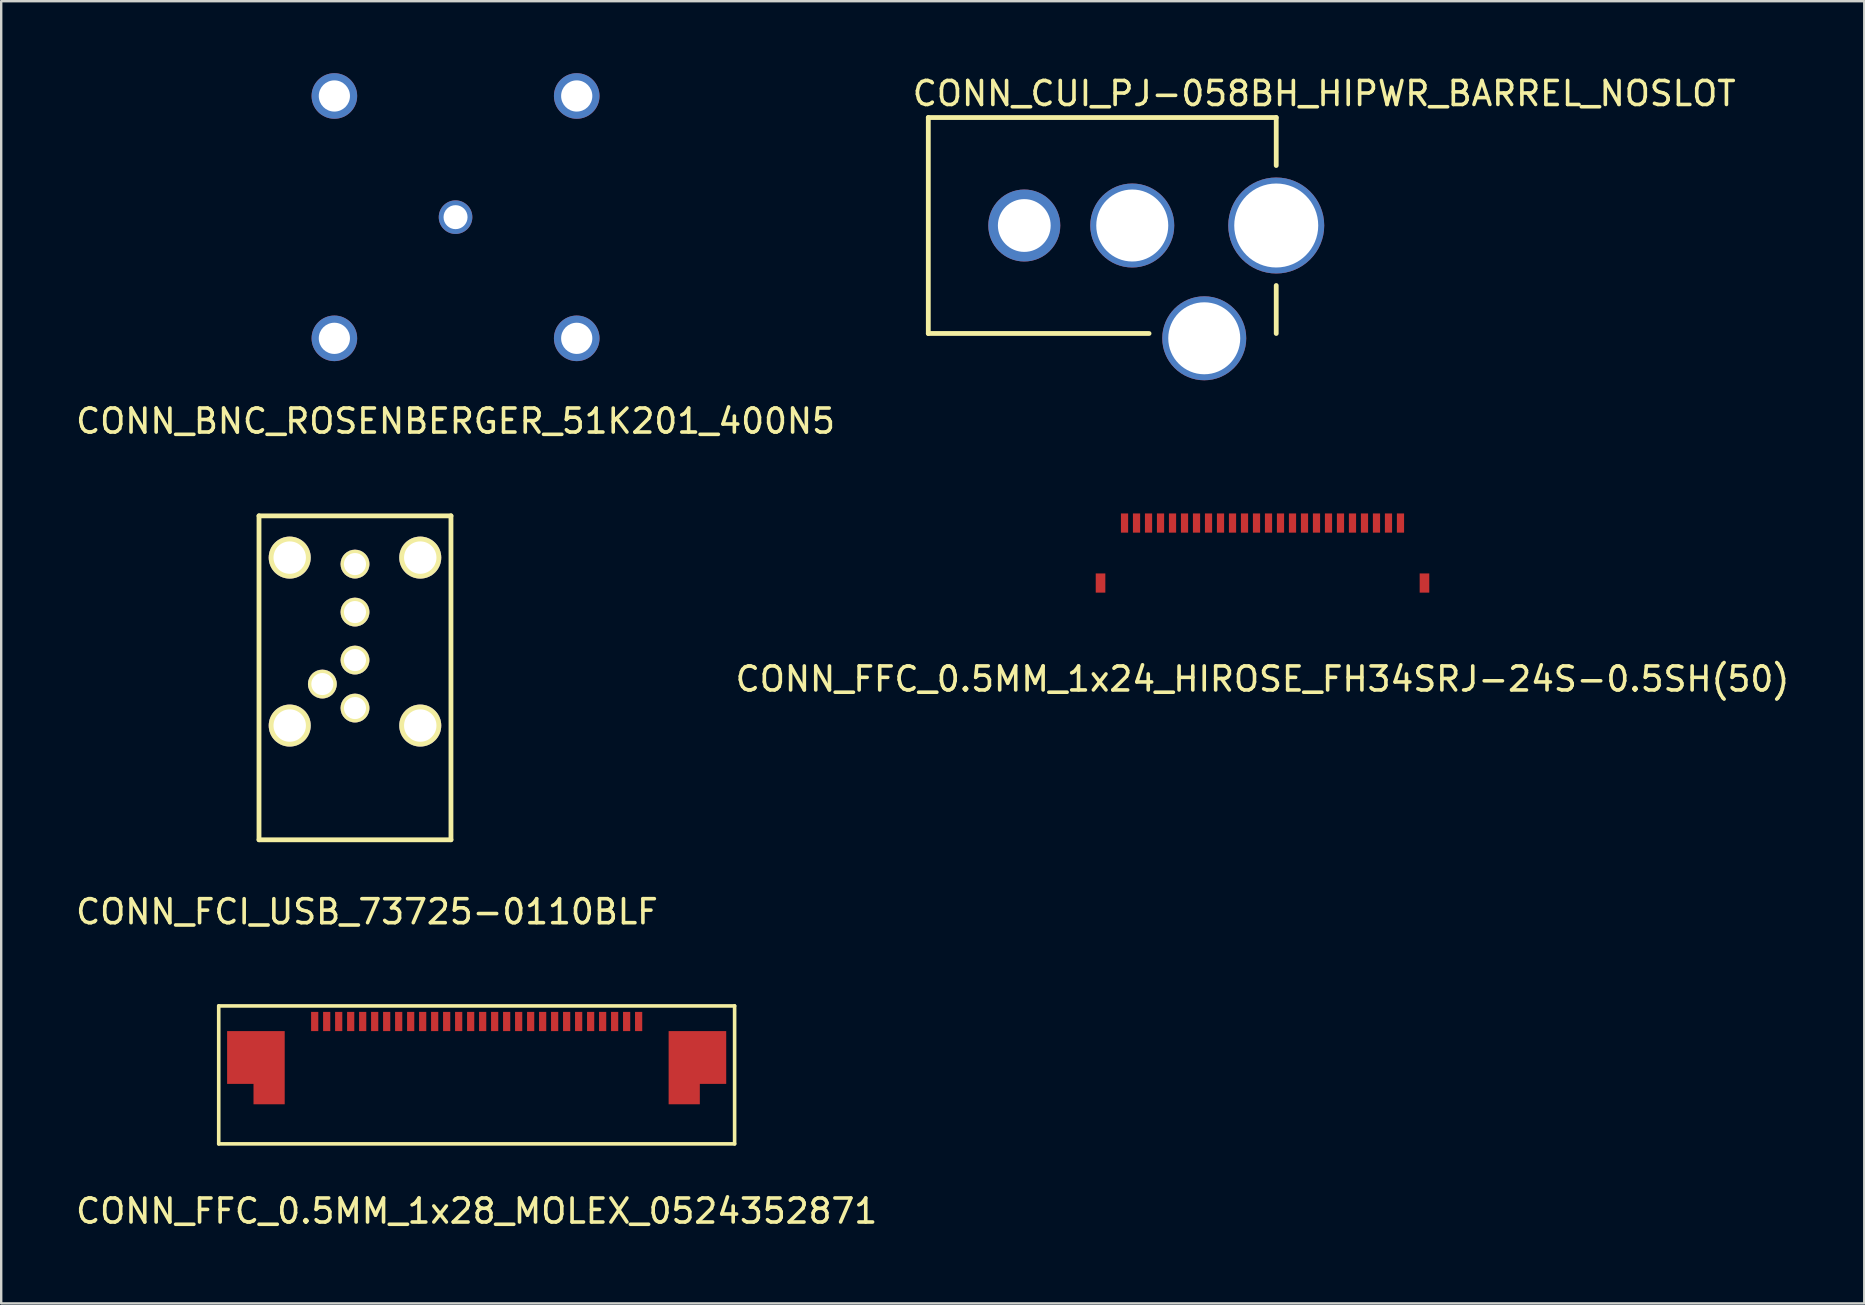
<source format=kicad_pcb>
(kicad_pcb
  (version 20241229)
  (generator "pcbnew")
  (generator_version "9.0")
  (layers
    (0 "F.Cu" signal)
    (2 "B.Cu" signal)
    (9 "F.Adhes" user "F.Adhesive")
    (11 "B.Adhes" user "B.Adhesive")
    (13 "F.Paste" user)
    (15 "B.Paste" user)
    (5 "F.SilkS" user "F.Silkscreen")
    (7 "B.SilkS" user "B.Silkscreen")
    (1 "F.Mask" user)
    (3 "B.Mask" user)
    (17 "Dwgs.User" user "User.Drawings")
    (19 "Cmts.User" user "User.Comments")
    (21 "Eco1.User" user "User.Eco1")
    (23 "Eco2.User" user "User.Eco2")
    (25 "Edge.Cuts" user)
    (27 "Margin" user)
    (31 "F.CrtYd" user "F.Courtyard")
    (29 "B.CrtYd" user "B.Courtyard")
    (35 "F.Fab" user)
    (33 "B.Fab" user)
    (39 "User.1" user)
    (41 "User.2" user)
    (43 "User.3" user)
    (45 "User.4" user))
  (footprint "CONN_FCI_USB_73725-0110BLF"
    (layer "F.Cu")
    (at 11.744 31.948)
    (property "Reference" "CONN_FCI_USB_73725-0110BLF" (at 0.5 3 0) (layer "F.SilkS") (effects (font (size 1 1) (thickness 0.15))))
    (attr through_hole)
    (fp_line (start -4 -13.5) (end -4 0) (stroke (width 0.2) (type solid)) (layer "F.SilkS"))
    (fp_line (start -4 0) (end 4 0) (stroke (width 0.2) (type solid)) (layer "F.SilkS"))
    (fp_line (start 4 -13.5) (end -4 -13.5) (stroke (width 0.2) (type solid)) (layer "F.SilkS"))
    (fp_line (start 4 0) (end 4 -13.5) (stroke (width 0.2) (type solid)) (layer "F.SilkS"))
    (pad "1" thru_hole circle (at 0 -5.49) (size 1.2 1.2) (drill 0.92) (layers "*.Cu" "*.Mask" "F.SilkS"))
    (pad "2" thru_hole circle (at 0 -7.49) (size 1.2 1.2) (drill 0.92) (layers "*.Cu" "*.Mask" "F.SilkS"))
    (pad "3" thru_hole circle (at 0 -9.49) (size 1.2 1.2) (drill 0.92) (layers "*.Cu" "*.Mask" "F.SilkS"))
    (pad "4" thru_hole circle (at -2.72 -11.76) (size 1.75 1.75) (drill 1.35) (layers "*.Cu" "*.Mask" "F.SilkS"))
    (pad "4" thru_hole circle (at -2.72 -4.76) (size 1.75 1.75) (drill 1.35) (layers "*.Cu" "*.Mask" "F.SilkS"))
    (pad "4" thru_hole circle (at 0 -11.49) (size 1.2 1.2) (drill 0.92) (layers "*.Cu" "*.Mask" "F.SilkS"))
    (pad "4" thru_hole circle (at 2.72 -11.76) (size 1.75 1.75) (drill 1.35) (layers "*.Cu" "*.Mask" "F.SilkS"))
    (pad "4" thru_hole circle (at 2.72 -4.76) (size 1.75 1.75) (drill 1.35) (layers "*.Cu" "*.Mask" "F.SilkS"))
    (pad "5" thru_hole circle (at -1.36 -6.49) (size 1.2 1.2) (drill 0.92) (layers "*.Cu" "*.Mask" "F.SilkS")))
  (footprint "CONN_BNC_ROSENBERGER_51K201_400N5"
    (layer "F.Cu")
    (at 15.935 6)
    (property "Reference" "CONN_BNC_ROSENBERGER_51K201_400N5" (at 0 8.5 0) (layer "F.SilkS") (effects (font (size 1 1) (thickness 0.15))))
    (attr through_hole)
    (pad "1" thru_hole circle (at 0 0) (size 1.4 1.4) (drill 1) (layers "*.Cu" "*.Mask"))
    (pad "2" thru_hole circle (at -5.05 -5.05) (size 1.9 1.9) (drill 1.3) (layers "*.Cu" "*.Mask"))
    (pad "2" thru_hole circle (at -5.05 5.05) (size 1.9 1.9) (drill 1.3) (layers "*.Cu" "*.Mask"))
    (pad "2" thru_hole circle (at 5.05 -5.05) (size 1.9 1.9) (drill 1.3) (layers "*.Cu" "*.Mask"))
    (pad "2" thru_hole circle (at 5.05 5.05) (size 1.9 1.9) (drill 1.3) (layers "*.Cu" "*.Mask")))
  (footprint "CONN_FFC_0.5MM_1x28_MOLEX_0524352871"
    (layer "F.Cu")
    (at 16.815 39.121)
    (property "Reference" "CONN_FFC_0.5MM_1x28_MOLEX_0524352871" (at 0 8.3 0) (layer "F.SilkS") (effects (font (size 1 1) (thickness 0.15))))
    (attr through_hole)
    (fp_line (start -10.75 -0.25) (end 10.75 -0.25) (stroke (width 0.15) (type solid)) (layer "F.SilkS"))
    (fp_line (start -10.75 5.5) (end -10.75 -0.25) (stroke (width 0.15) (type solid)) (layer "F.SilkS"))
    (fp_line (start -10.75 5.5) (end 10.75 5.5) (stroke (width 0.15) (type solid)) (layer "F.SilkS"))
    (fp_line (start 10.75 -0.25) (end 10.75 5.5) (stroke (width 0.15) (type solid)) (layer "F.SilkS"))
    (pad "1" smd rect (at -6.75 0.4) (size 0.3 0.8) (layers "F.Cu" "F.Mask" "F.Paste"))
    (pad "2" smd rect (at -6.25 0.4) (size 0.3 0.8) (layers "F.Cu" "F.Mask" "F.Paste"))
    (pad "3" smd rect (at -5.75 0.4) (size 0.3 0.8) (layers "F.Cu" "F.Mask" "F.Paste"))
    (pad "4" smd rect (at -5.25 0.4) (size 0.3 0.8) (layers "F.Cu" "F.Mask" "F.Paste"))
    (pad "5" smd rect (at -4.75 0.4) (size 0.3 0.8) (layers "F.Cu" "F.Mask" "F.Paste"))
    (pad "6" smd rect (at -4.25 0.4) (size 0.3 0.8) (layers "F.Cu" "F.Mask" "F.Paste"))
    (pad "7" smd rect (at -3.75 0.4) (size 0.3 0.8) (layers "F.Cu" "F.Mask" "F.Paste"))
    (pad "8" smd rect (at -3.25 0.4) (size 0.3 0.8) (layers "F.Cu" "F.Mask" "F.Paste"))
    (pad "9" smd rect (at -2.75 0.4) (size 0.3 0.8) (layers "F.Cu" "F.Mask" "F.Paste"))
    (pad "10" smd rect (at -2.25 0.4) (size 0.3 0.8) (layers "F.Cu" "F.Mask" "F.Paste"))
    (pad "11" smd rect (at -1.75 0.4) (size 0.3 0.8) (layers "F.Cu" "F.Mask" "F.Paste"))
    (pad "12" smd rect (at -1.25 0.4) (size 0.3 0.8) (layers "F.Cu" "F.Mask" "F.Paste"))
    (pad "13" smd rect (at -0.75 0.4) (size 0.3 0.8) (layers "F.Cu" "F.Mask" "F.Paste"))
    (pad "14" smd rect (at -0.25 0.4) (size 0.3 0.8) (layers "F.Cu" "F.Mask" "F.Paste"))
    (pad "15" smd rect (at 0.25 0.4) (size 0.3 0.8) (layers "F.Cu" "F.Mask" "F.Paste"))
    (pad "16" smd rect (at 0.75 0.4) (size 0.3 0.8) (layers "F.Cu" "F.Mask" "F.Paste"))
    (pad "17" smd rect (at 1.25 0.4) (size 0.3 0.8) (layers "F.Cu" "F.Mask" "F.Paste"))
    (pad "18" smd rect (at 1.75 0.4) (size 0.3 0.8) (layers "F.Cu" "F.Mask" "F.Paste"))
    (pad "19" smd rect (at 2.25 0.4) (size 0.3 0.8) (layers "F.Cu" "F.Mask" "F.Paste"))
    (pad "20" smd rect (at 2.75 0.4) (size 0.3 0.8) (layers "F.Cu" "F.Mask" "F.Paste"))
    (pad "21" smd rect (at 3.25 0.4) (size 0.3 0.8) (layers "F.Cu" "F.Mask" "F.Paste"))
    (pad "22" smd rect (at 3.75 0.4) (size 0.3 0.8) (layers "F.Cu" "F.Mask" "F.Paste"))
    (pad "23" smd rect (at 4.25 0.4) (size 0.3 0.8) (layers "F.Cu" "F.Mask" "F.Paste"))
    (pad "24" smd rect (at 4.75 0.4) (size 0.3 0.8) (layers "F.Cu" "F.Mask" "F.Paste"))
    (pad "25" smd rect (at 5.25 0.4) (size 0.3 0.8) (layers "F.Cu" "F.Mask" "F.Paste"))
    (pad "26" smd rect (at 5.75 0.4) (size 0.3 0.8) (layers "F.Cu" "F.Mask" "F.Paste"))
    (pad "27" smd rect (at 6.25 0.4) (size 0.3 0.8) (layers "F.Cu" "F.Mask" "F.Paste"))
    (pad "28" smd rect (at 6.75 0.4) (size 0.3 0.8) (layers "F.Cu" "F.Mask" "F.Paste"))
    (pad "~" smd custom (at -9.2 1.9) (size 2.4 2.2) (layers "F.Cu" "F.Mask" "F.Paste") (options (anchor rect)) (primitives (gr_poly (pts (xy 1.2 -1.1) (xy -1.2 -1.1) (xy -1.2 1.1) (xy -0.1 1.1) (xy -0.1 1.95) (xy 1.2 1.95)) (width 0) (fill yes))))
    (pad "~" smd custom (at 9.2 1.9) (size 2.4 2.2) (layers "F.Cu" "F.Mask" "F.Paste") (options (anchor rect)) (primitives (gr_poly (pts (xy -1.2 -1.1) (xy 1.2 -1.1) (xy 1.2 1.1) (xy 0.1 1.1) (xy 0.1 1.95) (xy -1.2 1.95)) (width 0) (fill yes)))))
  (footprint "CONN_FFC_0.5MM_1x24_HIROSE_FH34SRJ-24S-0.5SH(50)"
    (layer "F.Cu")
    (at 49.565 18.748)
    (property "Reference" "CONN_FFC_0.5MM_1x24_HIROSE_FH34SRJ-24S-0.5SH(50)" (at 0 6.5 0) (layer "F.SilkS") (effects (font (size 1 1) (thickness 0.15))))
    (attr smd)
    (pad "1" smd rect (at 5.75 0) (size 0.3 0.8) (layers "F.Cu" "F.Mask" "F.Paste"))
    (pad "2" smd rect (at 5.25 0) (size 0.3 0.8) (layers "F.Cu" "F.Mask" "F.Paste"))
    (pad "3" smd rect (at 4.75 0) (size 0.3 0.8) (layers "F.Cu" "F.Mask" "F.Paste"))
    (pad "4" smd rect (at 4.25 0) (size 0.3 0.8) (layers "F.Cu" "F.Mask" "F.Paste"))
    (pad "5" smd rect (at 3.75 0) (size 0.3 0.8) (layers "F.Cu" "F.Mask" "F.Paste"))
    (pad "6" smd rect (at 3.25 0) (size 0.3 0.8) (layers "F.Cu" "F.Mask" "F.Paste"))
    (pad "7" smd rect (at 2.75 0) (size 0.3 0.8) (layers "F.Cu" "F.Mask" "F.Paste"))
    (pad "8" smd rect (at 2.25 0) (size 0.3 0.8) (layers "F.Cu" "F.Mask" "F.Paste"))
    (pad "9" smd rect (at 1.75 0) (size 0.3 0.8) (layers "F.Cu" "F.Mask" "F.Paste"))
    (pad "10" smd rect (at 1.25 0) (size 0.3 0.8) (layers "F.Cu" "F.Mask" "F.Paste"))
    (pad "11" smd rect (at 0.75 0) (size 0.3 0.8) (layers "F.Cu" "F.Mask" "F.Paste"))
    (pad "12" smd rect (at 0.25 0) (size 0.3 0.8) (layers "F.Cu" "F.Mask" "F.Paste"))
    (pad "13" smd rect (at -0.25 0) (size 0.3 0.8) (layers "F.Cu" "F.Mask" "F.Paste"))
    (pad "14" smd rect (at -0.75 0) (size 0.3 0.8) (layers "F.Cu" "F.Mask" "F.Paste"))
    (pad "15" smd rect (at -1.25 0) (size 0.3 0.8) (layers "F.Cu" "F.Mask" "F.Paste"))
    (pad "16" smd rect (at -1.75 0) (size 0.3 0.8) (layers "F.Cu" "F.Mask" "F.Paste"))
    (pad "17" smd rect (at -2.25 0) (size 0.3 0.8) (layers "F.Cu" "F.Mask" "F.Paste"))
    (pad "18" smd rect (at -2.75 0) (size 0.3 0.8) (layers "F.Cu" "F.Mask" "F.Paste"))
    (pad "19" smd rect (at -3.25 0) (size 0.3 0.8) (layers "F.Cu" "F.Mask" "F.Paste"))
    (pad "20" smd rect (at -3.75 0) (size 0.3 0.8) (layers "F.Cu" "F.Mask" "F.Paste"))
    (pad "21" smd rect (at -4.25 0) (size 0.3 0.8) (layers "F.Cu" "F.Mask" "F.Paste"))
    (pad "22" smd rect (at -4.75 0) (size 0.3 0.8) (layers "F.Cu" "F.Mask" "F.Paste"))
    (pad "23" smd rect (at -5.25 0) (size 0.3 0.8) (layers "F.Cu" "F.Mask" "F.Paste"))
    (pad "24" smd rect (at -5.75 0) (size 0.3 0.8) (layers "F.Cu" "F.Mask" "F.Paste"))
    (pad "~" smd rect (at -6.75 2.5) (size 0.4 0.8) (layers "F.Cu" "F.Mask" "F.Paste"))
    (pad "~" smd rect (at 6.75 2.5) (size 0.4 0.8) (layers "F.Cu" "F.Mask" "F.Paste")))
  (footprint "CONN_CUI_PJ-058BH_HIPWR_BARREL_NOSLOT"
    (layer "F.Cu")
    (at 43.637 6.348)
    (property "Reference" "CONN_CUI_PJ-058BH_HIPWR_BARREL_NOSLOT" (at 8.5 -5.5 0) (layer "F.SilkS") (effects (font (size 1 1) (thickness 0.15))))
    (attr through_hole)
    (fp_line (start -8 -4.5) (end 6.5 -4.5) (stroke (width 0.2) (type solid)) (layer "F.SilkS"))
    (fp_line (start -8 4.5) (end -8 -4.5) (stroke (width 0.2) (type solid)) (layer "F.SilkS"))
    (fp_line (start -8 4.5) (end 1.2 4.5) (stroke (width 0.2) (type solid)) (layer "F.SilkS"))
    (fp_line (start 6.5 -4.5) (end 6.5 -2.5) (stroke (width 0.2) (type solid)) (layer "F.SilkS"))
    (fp_line (start 6.5 2.5) (end 6.5 4.5) (stroke (width 0.2) (type solid)) (layer "F.SilkS"))
    (pad "" thru_hole circle (at -4 0) (size 3 3) (drill 2.2) (layers "*.Cu" "*.Mask"))
    (pad "1" thru_hole circle (at 6.5 0) (size 4 4) (drill 3.5) (layers "*.Cu" "*.Mask"))
    (pad "2" thru_hole circle (at 0.5 0) (size 3.5 3.5) (drill 3) (layers "*.Cu" "*.Mask"))
    (pad "3" thru_hole circle (at 3.5 4.7) (size 3.5 3.5) (drill 3) (layers "*.Cu" "*.Mask")))
  (gr_rect
    (start -3 -3)
    (end 74.643 51.27)
    (stroke (width 0.1) (type default))
    (fill no)
    (layer "Edge.Cuts")))
</source>
